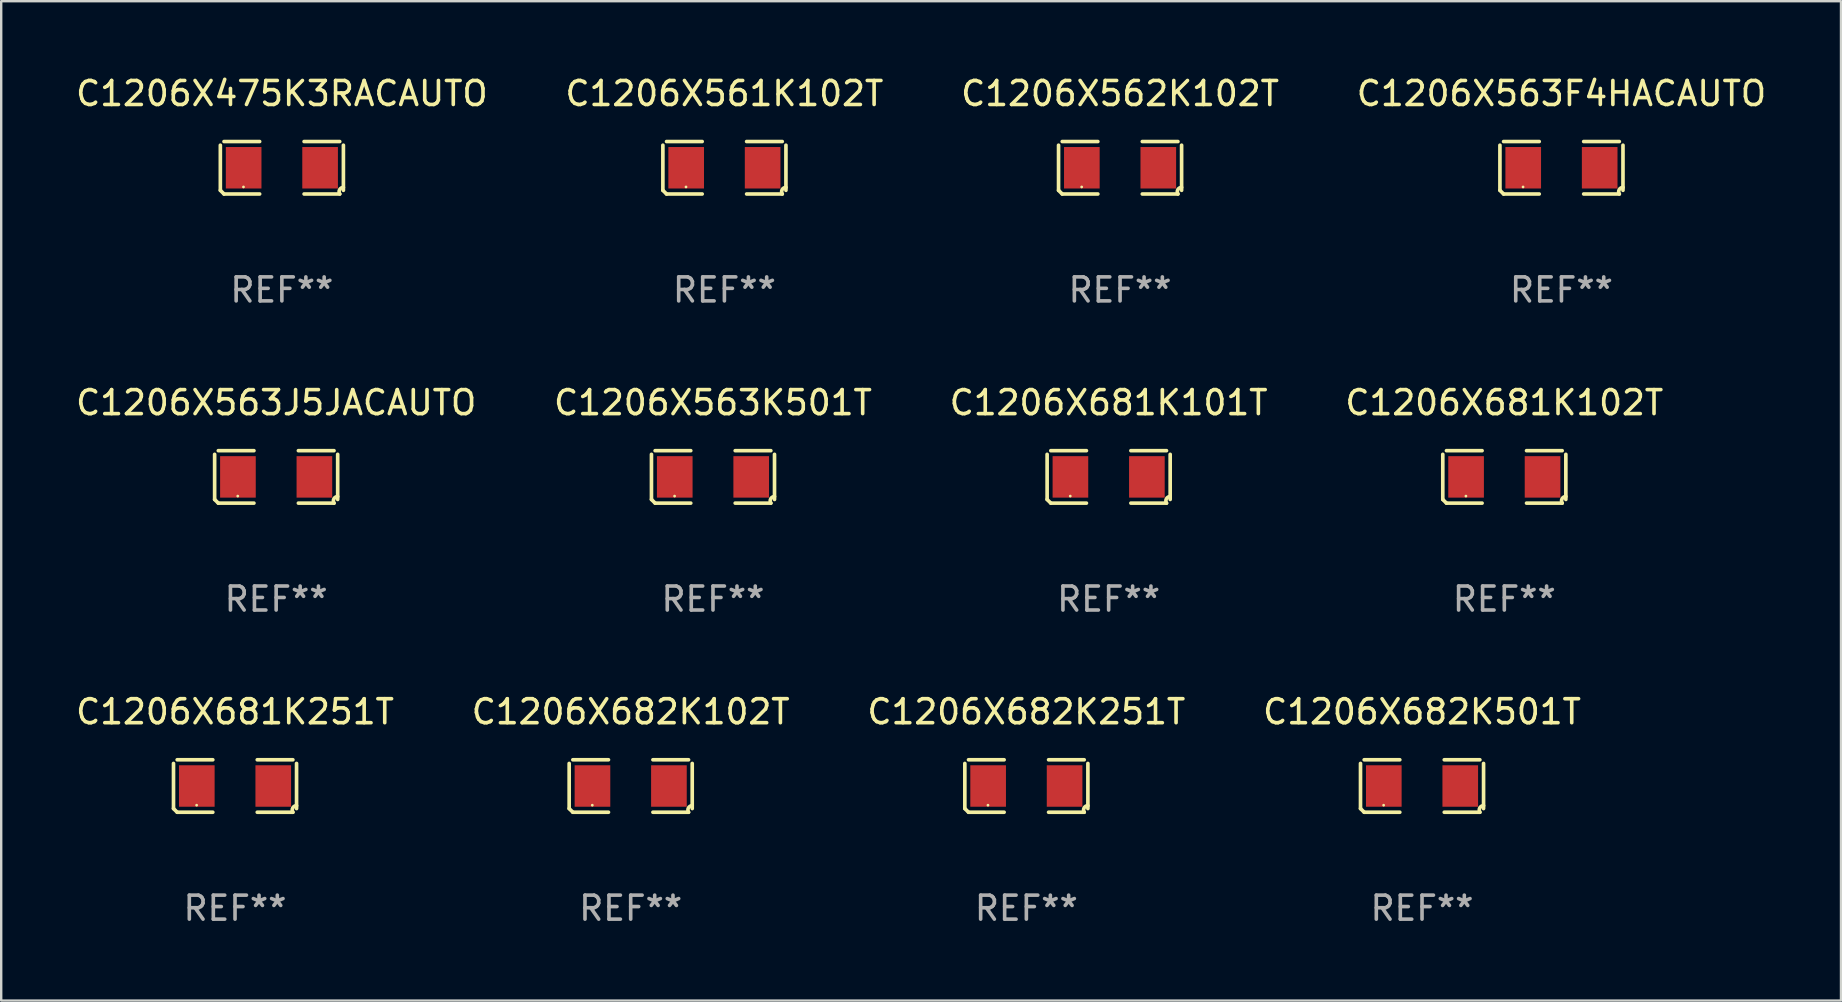
<source format=kicad_pcb>
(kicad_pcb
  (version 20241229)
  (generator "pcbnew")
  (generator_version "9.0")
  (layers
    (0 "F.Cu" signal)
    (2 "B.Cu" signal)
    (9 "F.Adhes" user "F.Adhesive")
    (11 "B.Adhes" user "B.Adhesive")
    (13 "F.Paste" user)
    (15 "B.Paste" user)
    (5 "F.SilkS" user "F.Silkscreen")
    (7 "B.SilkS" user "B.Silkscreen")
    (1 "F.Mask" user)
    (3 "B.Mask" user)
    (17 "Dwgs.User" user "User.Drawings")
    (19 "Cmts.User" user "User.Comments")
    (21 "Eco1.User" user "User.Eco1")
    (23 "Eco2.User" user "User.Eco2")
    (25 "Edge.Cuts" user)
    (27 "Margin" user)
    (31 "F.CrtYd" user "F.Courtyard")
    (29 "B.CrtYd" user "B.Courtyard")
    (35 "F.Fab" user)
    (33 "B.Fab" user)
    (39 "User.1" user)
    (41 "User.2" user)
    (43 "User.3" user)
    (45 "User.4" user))
  (footprint "C1206X475K3RACAUTO"
    (layer "F.Cu")
    (at 8.696 3.941)
    (property "Reference" "C1206X475K3RACAUTO" (at 0 -3.093 0) (layer "F.SilkS") (effects (font (size 1 1) (thickness 0.15))))
    (attr through_hole)
    (fp_line (start -2.564 0.94) (end -2.564 -0.94) (stroke (width 0.152) (type solid)) (layer "F.SilkS"))
    (fp_line (start -2.411 -1.093) (end -0.926 -1.093) (stroke (width 0.152) (type solid)) (layer "F.SilkS"))
    (fp_line (start -0.926 1.093) (end -2.411 1.093) (stroke (width 0.152) (type solid)) (layer "F.SilkS"))
    (fp_line (start 0.926 1.093) (end 2.411 1.093) (stroke (width 0.152) (type solid)) (layer "F.SilkS"))
    (fp_line (start 2.411 -1.093) (end 0.926 -1.093) (stroke (width 0.152) (type solid)) (layer "F.SilkS"))
    (fp_line (start 2.564 0.94) (end 2.564 -0.94) (stroke (width 0.152) (type solid)) (layer "F.SilkS"))
    (fp_arc (start -2.411201 1.092609) (mid -2.487413 1.01642) (end -2.563602 0.940208) (stroke (width 0.1524) (type solid)) (layer "F.SilkS"))
    (fp_arc (start 2.411201 1.092609) (mid 2.407159 0.911226) (end 2.563602 0.819347) (stroke (width 0.1524) (type solid)) (layer "F.SilkS"))
    (fp_circle (center -1.6 0.8) (end -1.57 0.8) (stroke (width 0.06) (type solid)) (fill no) (layer "F.SilkS"))
    (fp_text user "REF**" (at 0 5.093 0) (layer "F.Fab") (effects (font (size 1 1) (thickness 0.15))))
    (pad "1" smd rect (at -1.593 0) (size 1.485 1.728) (layers "F.Cu" "F.Mask" "F.Paste"))
    (pad "2" smd rect (at 1.593 0) (size 1.485 1.728) (layers "F.Cu" "F.Mask" "F.Paste")))
  (footprint "C1206X563J5JACAUTO"
    (layer "F.Cu")
    (at 8.458 16.823)
    (property "Reference" "C1206X563J5JACAUTO" (at 0 -3.093 0) (layer "F.SilkS") (effects (font (size 1 1) (thickness 0.15))))
    (attr through_hole)
    (fp_line (start -2.564 0.94) (end -2.564 -0.94) (stroke (width 0.152) (type solid)) (layer "F.SilkS"))
    (fp_line (start -2.411 -1.093) (end -0.926 -1.093) (stroke (width 0.152) (type solid)) (layer "F.SilkS"))
    (fp_line (start -0.926 1.093) (end -2.411 1.093) (stroke (width 0.152) (type solid)) (layer "F.SilkS"))
    (fp_line (start 0.926 1.093) (end 2.411 1.093) (stroke (width 0.152) (type solid)) (layer "F.SilkS"))
    (fp_line (start 2.411 -1.093) (end 0.926 -1.093) (stroke (width 0.152) (type solid)) (layer "F.SilkS"))
    (fp_line (start 2.564 0.94) (end 2.564 -0.94) (stroke (width 0.152) (type solid)) (layer "F.SilkS"))
    (fp_arc (start -2.411201 1.092609) (mid -2.487413 1.01642) (end -2.563602 0.940208) (stroke (width 0.1524) (type solid)) (layer "F.SilkS"))
    (fp_arc (start 2.411201 1.092609) (mid 2.407159 0.911226) (end 2.563602 0.819347) (stroke (width 0.1524) (type solid)) (layer "F.SilkS"))
    (fp_circle (center -1.6 0.8) (end -1.57 0.8) (stroke (width 0.06) (type solid)) (fill no) (layer "F.SilkS"))
    (fp_text user "REF**" (at 0 5.093 0) (layer "F.Fab") (effects (font (size 1 1) (thickness 0.15))))
    (pad "1" smd rect (at -1.593 0) (size 1.485 1.728) (layers "F.Cu" "F.Mask" "F.Paste"))
    (pad "2" smd rect (at 1.593 0) (size 1.485 1.728) (layers "F.Cu" "F.Mask" "F.Paste")))
  (footprint "C1206X561K102T"
    (layer "F.Cu")
    (at 27.137 3.941)
    (property "Reference" "C1206X561K102T" (at 0 -3.093 0) (layer "F.SilkS") (effects (font (size 1 1) (thickness 0.15))))
    (attr through_hole)
    (fp_line (start -2.564 0.94) (end -2.564 -0.94) (stroke (width 0.152) (type solid)) (layer "F.SilkS"))
    (fp_line (start -2.411 -1.093) (end -0.926 -1.093) (stroke (width 0.152) (type solid)) (layer "F.SilkS"))
    (fp_line (start -0.926 1.093) (end -2.411 1.093) (stroke (width 0.152) (type solid)) (layer "F.SilkS"))
    (fp_line (start 0.926 1.093) (end 2.411 1.093) (stroke (width 0.152) (type solid)) (layer "F.SilkS"))
    (fp_line (start 2.411 -1.093) (end 0.926 -1.093) (stroke (width 0.152) (type solid)) (layer "F.SilkS"))
    (fp_line (start 2.564 0.94) (end 2.564 -0.94) (stroke (width 0.152) (type solid)) (layer "F.SilkS"))
    (fp_arc (start -2.411201 1.092609) (mid -2.487413 1.01642) (end -2.563602 0.940208) (stroke (width 0.1524) (type solid)) (layer "F.SilkS"))
    (fp_arc (start 2.411201 1.092609) (mid 2.407159 0.911226) (end 2.563602 0.819347) (stroke (width 0.1524) (type solid)) (layer "F.SilkS"))
    (fp_circle (center -1.6 0.8) (end -1.57 0.8) (stroke (width 0.06) (type solid)) (fill no) (layer "F.SilkS"))
    (fp_text user "REF**" (at 0 5.093 0) (layer "F.Fab") (effects (font (size 1 1) (thickness 0.15))))
    (pad "1" smd rect (at -1.593 0) (size 1.485 1.728) (layers "F.Cu" "F.Mask" "F.Paste"))
    (pad "2" smd rect (at 1.593 0) (size 1.485 1.728) (layers "F.Cu" "F.Mask" "F.Paste")))
  (footprint "C1206X562K102T"
    (layer "F.Cu")
    (at 43.625 3.941)
    (property "Reference" "C1206X562K102T" (at 0 -3.093 0) (layer "F.SilkS") (effects (font (size 1 1) (thickness 0.15))))
    (attr through_hole)
    (fp_line (start -2.564 0.94) (end -2.564 -0.94) (stroke (width 0.152) (type solid)) (layer "F.SilkS"))
    (fp_line (start -2.411 -1.093) (end -0.926 -1.093) (stroke (width 0.152) (type solid)) (layer "F.SilkS"))
    (fp_line (start -0.926 1.093) (end -2.411 1.093) (stroke (width 0.152) (type solid)) (layer "F.SilkS"))
    (fp_line (start 0.926 1.093) (end 2.411 1.093) (stroke (width 0.152) (type solid)) (layer "F.SilkS"))
    (fp_line (start 2.411 -1.093) (end 0.926 -1.093) (stroke (width 0.152) (type solid)) (layer "F.SilkS"))
    (fp_line (start 2.564 0.94) (end 2.564 -0.94) (stroke (width 0.152) (type solid)) (layer "F.SilkS"))
    (fp_arc (start -2.411201 1.092609) (mid -2.487413 1.01642) (end -2.563602 0.940208) (stroke (width 0.1524) (type solid)) (layer "F.SilkS"))
    (fp_arc (start 2.411201 1.092609) (mid 2.407159 0.911226) (end 2.563602 0.819347) (stroke (width 0.1524) (type solid)) (layer "F.SilkS"))
    (fp_circle (center -1.6 0.8) (end -1.57 0.8) (stroke (width 0.06) (type solid)) (fill no) (layer "F.SilkS"))
    (fp_text user "REF**" (at 0 5.093 0) (layer "F.Fab") (effects (font (size 1 1) (thickness 0.15))))
    (pad "1" smd rect (at -1.593 0) (size 1.485 1.728) (layers "F.Cu" "F.Mask" "F.Paste"))
    (pad "2" smd rect (at 1.593 0) (size 1.485 1.728) (layers "F.Cu" "F.Mask" "F.Paste")))
  (footprint "C1206X682K251T"
    (layer "F.Cu")
    (at 39.72 29.704)
    (property "Reference" "C1206X682K251T" (at 0 -3.093 0) (layer "F.SilkS") (effects (font (size 1 1) (thickness 0.15))))
    (attr through_hole)
    (fp_line (start -2.564 0.94) (end -2.564 -0.94) (stroke (width 0.152) (type solid)) (layer "F.SilkS"))
    (fp_line (start -2.411 -1.093) (end -0.926 -1.093) (stroke (width 0.152) (type solid)) (layer "F.SilkS"))
    (fp_line (start -0.926 1.093) (end -2.411 1.093) (stroke (width 0.152) (type solid)) (layer "F.SilkS"))
    (fp_line (start 0.926 1.093) (end 2.411 1.093) (stroke (width 0.152) (type solid)) (layer "F.SilkS"))
    (fp_line (start 2.411 -1.093) (end 0.926 -1.093) (stroke (width 0.152) (type solid)) (layer "F.SilkS"))
    (fp_line (start 2.564 0.94) (end 2.564 -0.94) (stroke (width 0.152) (type solid)) (layer "F.SilkS"))
    (fp_arc (start -2.411201 1.092609) (mid -2.487413 1.01642) (end -2.563602 0.940208) (stroke (width 0.1524) (type solid)) (layer "F.SilkS"))
    (fp_arc (start 2.411201 1.092609) (mid 2.407159 0.911226) (end 2.563602 0.819347) (stroke (width 0.1524) (type solid)) (layer "F.SilkS"))
    (fp_circle (center -1.6 0.8) (end -1.57 0.8) (stroke (width 0.06) (type solid)) (fill no) (layer "F.SilkS"))
    (fp_text user "REF**" (at 0 5.093 0) (layer "F.Fab") (effects (font (size 1 1) (thickness 0.15))))
    (pad "1" smd rect (at -1.593 0) (size 1.485 1.728) (layers "F.Cu" "F.Mask" "F.Paste"))
    (pad "2" smd rect (at 1.593 0) (size 1.485 1.728) (layers "F.Cu" "F.Mask" "F.Paste")))
  (footprint "C1206X563K501T"
    (layer "F.Cu")
    (at 26.661 16.823)
    (property "Reference" "C1206X563K501T" (at 0 -3.093 0) (layer "F.SilkS") (effects (font (size 1 1) (thickness 0.15))))
    (attr through_hole)
    (fp_line (start -2.564 0.94) (end -2.564 -0.94) (stroke (width 0.152) (type solid)) (layer "F.SilkS"))
    (fp_line (start -2.411 -1.093) (end -0.926 -1.093) (stroke (width 0.152) (type solid)) (layer "F.SilkS"))
    (fp_line (start -0.926 1.093) (end -2.411 1.093) (stroke (width 0.152) (type solid)) (layer "F.SilkS"))
    (fp_line (start 0.926 1.093) (end 2.411 1.093) (stroke (width 0.152) (type solid)) (layer "F.SilkS"))
    (fp_line (start 2.411 -1.093) (end 0.926 -1.093) (stroke (width 0.152) (type solid)) (layer "F.SilkS"))
    (fp_line (start 2.564 0.94) (end 2.564 -0.94) (stroke (width 0.152) (type solid)) (layer "F.SilkS"))
    (fp_arc (start -2.411201 1.092609) (mid -2.487413 1.01642) (end -2.563602 0.940208) (stroke (width 0.1524) (type solid)) (layer "F.SilkS"))
    (fp_arc (start 2.411201 1.092609) (mid 2.407159 0.911226) (end 2.563602 0.819347) (stroke (width 0.1524) (type solid)) (layer "F.SilkS"))
    (fp_circle (center -1.6 0.8) (end -1.57 0.8) (stroke (width 0.06) (type solid)) (fill no) (layer "F.SilkS"))
    (fp_text user "REF**" (at 0 5.093 0) (layer "F.Fab") (effects (font (size 1 1) (thickness 0.15))))
    (pad "1" smd rect (at -1.593 0) (size 1.485 1.728) (layers "F.Cu" "F.Mask" "F.Paste"))
    (pad "2" smd rect (at 1.593 0) (size 1.485 1.728) (layers "F.Cu" "F.Mask" "F.Paste")))
  (footprint "C1206X681K102T"
    (layer "F.Cu")
    (at 59.637 16.823)
    (property "Reference" "C1206X681K102T" (at 0 -3.093 0) (layer "F.SilkS") (effects (font (size 1 1) (thickness 0.15))))
    (attr through_hole)
    (fp_line (start -2.564 0.94) (end -2.564 -0.94) (stroke (width 0.152) (type solid)) (layer "F.SilkS"))
    (fp_line (start -2.411 -1.093) (end -0.926 -1.093) (stroke (width 0.152) (type solid)) (layer "F.SilkS"))
    (fp_line (start -0.926 1.093) (end -2.411 1.093) (stroke (width 0.152) (type solid)) (layer "F.SilkS"))
    (fp_line (start 0.926 1.093) (end 2.411 1.093) (stroke (width 0.152) (type solid)) (layer "F.SilkS"))
    (fp_line (start 2.411 -1.093) (end 0.926 -1.093) (stroke (width 0.152) (type solid)) (layer "F.SilkS"))
    (fp_line (start 2.564 0.94) (end 2.564 -0.94) (stroke (width 0.152) (type solid)) (layer "F.SilkS"))
    (fp_arc (start -2.411201 1.092609) (mid -2.487413 1.01642) (end -2.563602 0.940208) (stroke (width 0.1524) (type solid)) (layer "F.SilkS"))
    (fp_arc (start 2.411201 1.092609) (mid 2.407159 0.911226) (end 2.563602 0.819347) (stroke (width 0.1524) (type solid)) (layer "F.SilkS"))
    (fp_circle (center -1.6 0.8) (end -1.57 0.8) (stroke (width 0.06) (type solid)) (fill no) (layer "F.SilkS"))
    (fp_text user "REF**" (at 0 5.093 0) (layer "F.Fab") (effects (font (size 1 1) (thickness 0.15))))
    (pad "1" smd rect (at -1.593 0) (size 1.485 1.728) (layers "F.Cu" "F.Mask" "F.Paste"))
    (pad "2" smd rect (at 1.593 0) (size 1.485 1.728) (layers "F.Cu" "F.Mask" "F.Paste")))
  (footprint "C1206X682K102T"
    (layer "F.Cu")
    (at 23.232 29.704)
    (property "Reference" "C1206X682K102T" (at 0 -3.093 0) (layer "F.SilkS") (effects (font (size 1 1) (thickness 0.15))))
    (attr through_hole)
    (fp_line (start -2.564 0.94) (end -2.564 -0.94) (stroke (width 0.152) (type solid)) (layer "F.SilkS"))
    (fp_line (start -2.411 -1.093) (end -0.926 -1.093) (stroke (width 0.152) (type solid)) (layer "F.SilkS"))
    (fp_line (start -0.926 1.093) (end -2.411 1.093) (stroke (width 0.152) (type solid)) (layer "F.SilkS"))
    (fp_line (start 0.926 1.093) (end 2.411 1.093) (stroke (width 0.152) (type solid)) (layer "F.SilkS"))
    (fp_line (start 2.411 -1.093) (end 0.926 -1.093) (stroke (width 0.152) (type solid)) (layer "F.SilkS"))
    (fp_line (start 2.564 0.94) (end 2.564 -0.94) (stroke (width 0.152) (type solid)) (layer "F.SilkS"))
    (fp_arc (start -2.411201 1.092609) (mid -2.487413 1.01642) (end -2.563602 0.940208) (stroke (width 0.1524) (type solid)) (layer "F.SilkS"))
    (fp_arc (start 2.411201 1.092609) (mid 2.407159 0.911226) (end 2.563602 0.819347) (stroke (width 0.1524) (type solid)) (layer "F.SilkS"))
    (fp_circle (center -1.6 0.8) (end -1.57 0.8) (stroke (width 0.06) (type solid)) (fill no) (layer "F.SilkS"))
    (fp_text user "REF**" (at 0 5.093 0) (layer "F.Fab") (effects (font (size 1 1) (thickness 0.15))))
    (pad "1" smd rect (at -1.593 0) (size 1.485 1.728) (layers "F.Cu" "F.Mask" "F.Paste"))
    (pad "2" smd rect (at 1.593 0) (size 1.485 1.728) (layers "F.Cu" "F.Mask" "F.Paste")))
  (footprint "C1206X563F4HACAUTO"
    (layer "F.Cu")
    (at 62.018 3.941)
    (property "Reference" "C1206X563F4HACAUTO" (at 0 -3.093 0) (layer "F.SilkS") (effects (font (size 1 1) (thickness 0.15))))
    (attr through_hole)
    (fp_line (start -2.564 0.94) (end -2.564 -0.94) (stroke (width 0.152) (type solid)) (layer "F.SilkS"))
    (fp_line (start -2.411 -1.093) (end -0.926 -1.093) (stroke (width 0.152) (type solid)) (layer "F.SilkS"))
    (fp_line (start -0.926 1.093) (end -2.411 1.093) (stroke (width 0.152) (type solid)) (layer "F.SilkS"))
    (fp_line (start 0.926 1.093) (end 2.411 1.093) (stroke (width 0.152) (type solid)) (layer "F.SilkS"))
    (fp_line (start 2.411 -1.093) (end 0.926 -1.093) (stroke (width 0.152) (type solid)) (layer "F.SilkS"))
    (fp_line (start 2.564 0.94) (end 2.564 -0.94) (stroke (width 0.152) (type solid)) (layer "F.SilkS"))
    (fp_arc (start -2.411201 1.092609) (mid -2.487413 1.01642) (end -2.563602 0.940208) (stroke (width 0.1524) (type solid)) (layer "F.SilkS"))
    (fp_arc (start 2.411201 1.092609) (mid 2.407159 0.911226) (end 2.563602 0.819347) (stroke (width 0.1524) (type solid)) (layer "F.SilkS"))
    (fp_circle (center -1.6 0.8) (end -1.57 0.8) (stroke (width 0.06) (type solid)) (fill no) (layer "F.SilkS"))
    (fp_text user "REF**" (at 0 5.093 0) (layer "F.Fab") (effects (font (size 1 1) (thickness 0.15))))
    (pad "1" smd rect (at -1.593 0) (size 1.485 1.728) (layers "F.Cu" "F.Mask" "F.Paste"))
    (pad "2" smd rect (at 1.593 0) (size 1.485 1.728) (layers "F.Cu" "F.Mask" "F.Paste")))
  (footprint "C1206X682K501T"
    (layer "F.Cu")
    (at 56.208 29.704)
    (property "Reference" "C1206X682K501T" (at 0 -3.093 0) (layer "F.SilkS") (effects (font (size 1 1) (thickness 0.15))))
    (attr through_hole)
    (fp_line (start -2.564 0.94) (end -2.564 -0.94) (stroke (width 0.152) (type solid)) (layer "F.SilkS"))
    (fp_line (start -2.411 -1.093) (end -0.926 -1.093) (stroke (width 0.152) (type solid)) (layer "F.SilkS"))
    (fp_line (start -0.926 1.093) (end -2.411 1.093) (stroke (width 0.152) (type solid)) (layer "F.SilkS"))
    (fp_line (start 0.926 1.093) (end 2.411 1.093) (stroke (width 0.152) (type solid)) (layer "F.SilkS"))
    (fp_line (start 2.411 -1.093) (end 0.926 -1.093) (stroke (width 0.152) (type solid)) (layer "F.SilkS"))
    (fp_line (start 2.564 0.94) (end 2.564 -0.94) (stroke (width 0.152) (type solid)) (layer "F.SilkS"))
    (fp_arc (start -2.411201 1.092609) (mid -2.487413 1.01642) (end -2.563602 0.940208) (stroke (width 0.1524) (type solid)) (layer "F.SilkS"))
    (fp_arc (start 2.411201 1.092609) (mid 2.407159 0.911226) (end 2.563602 0.819347) (stroke (width 0.1524) (type solid)) (layer "F.SilkS"))
    (fp_circle (center -1.6 0.8) (end -1.57 0.8) (stroke (width 0.06) (type solid)) (fill no) (layer "F.SilkS"))
    (fp_text user "REF**" (at 0 5.093 0) (layer "F.Fab") (effects (font (size 1 1) (thickness 0.15))))
    (pad "1" smd rect (at -1.593 0) (size 1.485 1.728) (layers "F.Cu" "F.Mask" "F.Paste"))
    (pad "2" smd rect (at 1.593 0) (size 1.485 1.728) (layers "F.Cu" "F.Mask" "F.Paste")))
  (footprint "C1206X681K101T"
    (layer "F.Cu")
    (at 43.149 16.823)
    (property "Reference" "C1206X681K101T" (at 0 -3.093 0) (layer "F.SilkS") (effects (font (size 1 1) (thickness 0.15))))
    (attr through_hole)
    (fp_line (start -2.564 0.94) (end -2.564 -0.94) (stroke (width 0.152) (type solid)) (layer "F.SilkS"))
    (fp_line (start -2.411 -1.093) (end -0.926 -1.093) (stroke (width 0.152) (type solid)) (layer "F.SilkS"))
    (fp_line (start -0.926 1.093) (end -2.411 1.093) (stroke (width 0.152) (type solid)) (layer "F.SilkS"))
    (fp_line (start 0.926 1.093) (end 2.411 1.093) (stroke (width 0.152) (type solid)) (layer "F.SilkS"))
    (fp_line (start 2.411 -1.093) (end 0.926 -1.093) (stroke (width 0.152) (type solid)) (layer "F.SilkS"))
    (fp_line (start 2.564 0.94) (end 2.564 -0.94) (stroke (width 0.152) (type solid)) (layer "F.SilkS"))
    (fp_arc (start -2.411201 1.092609) (mid -2.487413 1.01642) (end -2.563602 0.940208) (stroke (width 0.1524) (type solid)) (layer "F.SilkS"))
    (fp_arc (start 2.411201 1.092609) (mid 2.407159 0.911226) (end 2.563602 0.819347) (stroke (width 0.1524) (type solid)) (layer "F.SilkS"))
    (fp_circle (center -1.6 0.8) (end -1.57 0.8) (stroke (width 0.06) (type solid)) (fill no) (layer "F.SilkS"))
    (fp_text user "REF**" (at 0 5.093 0) (layer "F.Fab") (effects (font (size 1 1) (thickness 0.15))))
    (pad "1" smd rect (at -1.593 0) (size 1.485 1.728) (layers "F.Cu" "F.Mask" "F.Paste"))
    (pad "2" smd rect (at 1.593 0) (size 1.485 1.728) (layers "F.Cu" "F.Mask" "F.Paste")))
  (footprint "C1206X681K251T"
    (layer "F.Cu")
    (at 6.744 29.704)
    (property "Reference" "C1206X681K251T" (at 0 -3.093 0) (layer "F.SilkS") (effects (font (size 1 1) (thickness 0.15))))
    (attr through_hole)
    (fp_line (start -2.564 0.94) (end -2.564 -0.94) (stroke (width 0.152) (type solid)) (layer "F.SilkS"))
    (fp_line (start -2.411 -1.093) (end -0.926 -1.093) (stroke (width 0.152) (type solid)) (layer "F.SilkS"))
    (fp_line (start -0.926 1.093) (end -2.411 1.093) (stroke (width 0.152) (type solid)) (layer "F.SilkS"))
    (fp_line (start 0.926 1.093) (end 2.411 1.093) (stroke (width 0.152) (type solid)) (layer "F.SilkS"))
    (fp_line (start 2.411 -1.093) (end 0.926 -1.093) (stroke (width 0.152) (type solid)) (layer "F.SilkS"))
    (fp_line (start 2.564 0.94) (end 2.564 -0.94) (stroke (width 0.152) (type solid)) (layer "F.SilkS"))
    (fp_arc (start -2.411201 1.092609) (mid -2.487413 1.01642) (end -2.563602 0.940208) (stroke (width 0.1524) (type solid)) (layer "F.SilkS"))
    (fp_arc (start 2.411201 1.092609) (mid 2.407159 0.911226) (end 2.563602 0.819347) (stroke (width 0.1524) (type solid)) (layer "F.SilkS"))
    (fp_circle (center -1.6 0.8) (end -1.57 0.8) (stroke (width 0.06) (type solid)) (fill no) (layer "F.SilkS"))
    (fp_text user "REF**" (at 0 5.093 0) (layer "F.Fab") (effects (font (size 1 1) (thickness 0.15))))
    (pad "1" smd rect (at -1.593 0) (size 1.485 1.728) (layers "F.Cu" "F.Mask" "F.Paste"))
    (pad "2" smd rect (at 1.593 0) (size 1.485 1.728) (layers "F.Cu" "F.Mask" "F.Paste")))
  (gr_rect
    (start -3 -3)
    (end 73.667 38.645)
    (stroke (width 0.1) (type default))
    (fill no)
    (layer "Edge.Cuts")))
</source>
